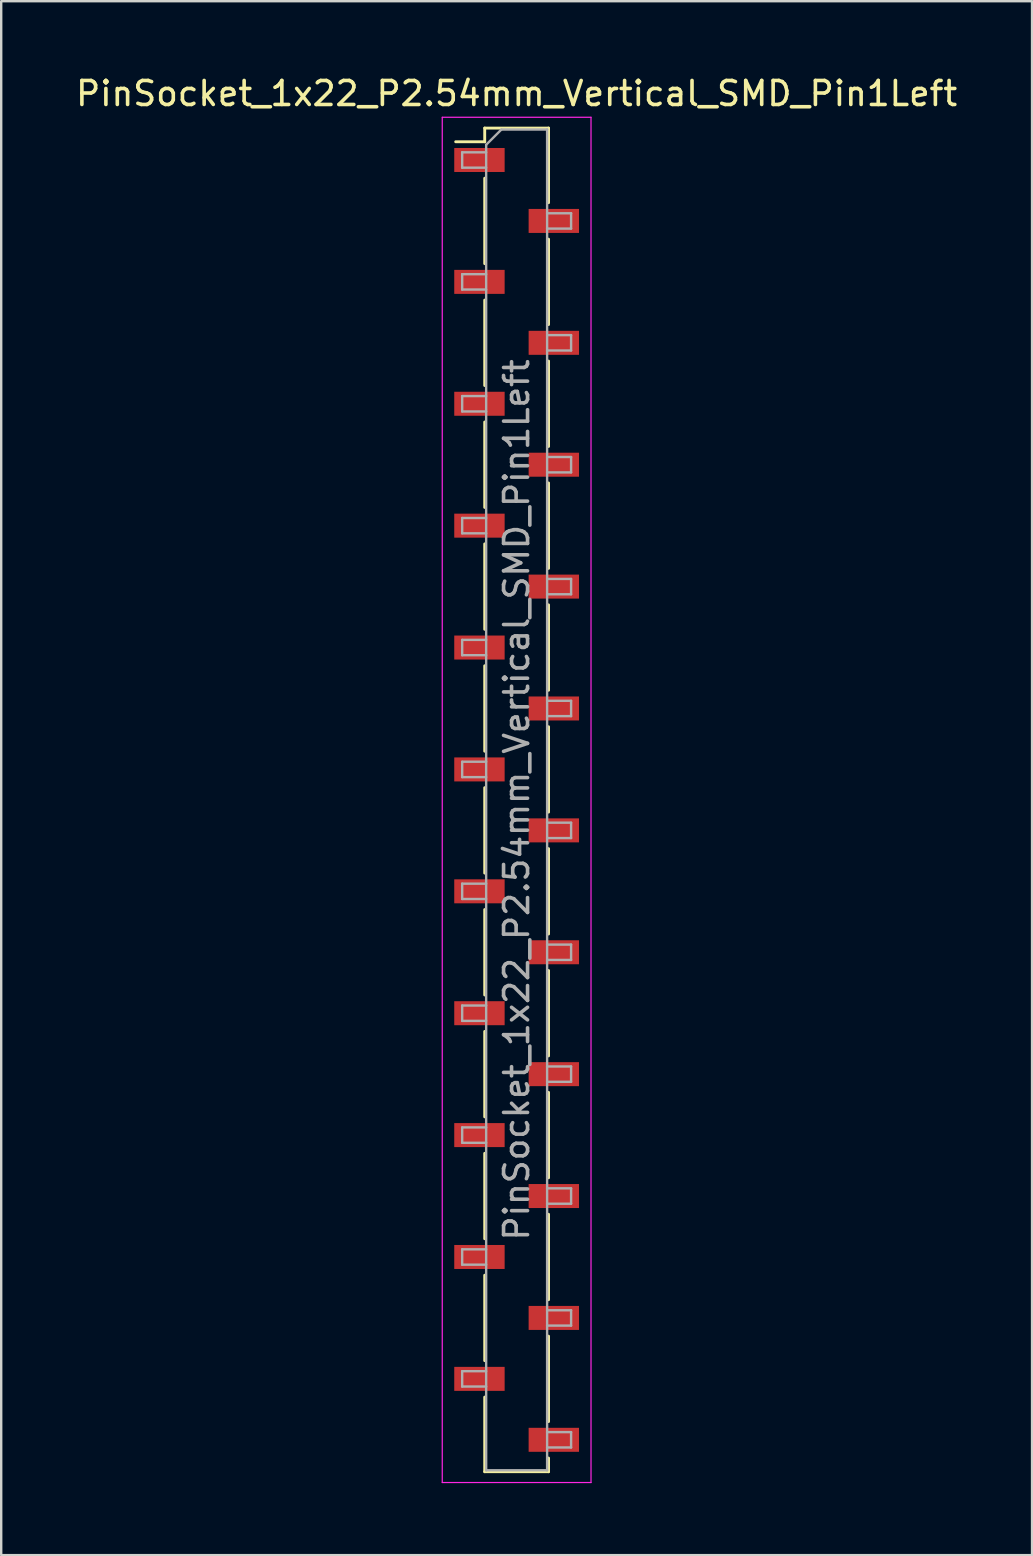
<source format=kicad_pcb>
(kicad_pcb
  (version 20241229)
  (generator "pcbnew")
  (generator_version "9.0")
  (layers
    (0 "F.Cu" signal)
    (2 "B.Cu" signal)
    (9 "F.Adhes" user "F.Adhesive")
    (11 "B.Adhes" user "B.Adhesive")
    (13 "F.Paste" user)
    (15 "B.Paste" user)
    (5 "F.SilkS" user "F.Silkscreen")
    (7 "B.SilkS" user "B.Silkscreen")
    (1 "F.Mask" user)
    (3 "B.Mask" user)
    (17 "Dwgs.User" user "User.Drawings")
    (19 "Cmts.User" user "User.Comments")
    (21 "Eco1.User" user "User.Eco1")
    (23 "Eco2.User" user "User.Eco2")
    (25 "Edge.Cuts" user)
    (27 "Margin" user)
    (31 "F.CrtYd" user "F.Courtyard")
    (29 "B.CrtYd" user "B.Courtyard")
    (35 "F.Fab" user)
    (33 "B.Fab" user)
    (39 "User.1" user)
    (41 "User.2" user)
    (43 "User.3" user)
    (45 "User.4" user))
  (footprint "PinSocket_1x22_P2.54mm_Vertical_SMD_Pin1Left"
    (layer "F.Cu")
    (at 18.482 30.288)
    (property "Reference" "PinSocket_1x22_P2.54mm_Vertical_SMD_Pin1Left" (at 0 -29.44 0) (layer "F.SilkS") (effects (font (size 1 1) (thickness 0.15))))
    (attr smd)
    (fp_line (start -2.54 -27.43) (end -1.33 -27.43) (stroke (width 0.12) (type solid)) (layer "F.SilkS"))
    (fp_line (start -1.33 -28) (end -1.33 -27.43) (stroke (width 0.12) (type solid)) (layer "F.SilkS"))
    (fp_line (start -1.33 -28) (end 1.33 -28) (stroke (width 0.12) (type solid)) (layer "F.SilkS"))
    (fp_line (start -1.33 -25.91) (end -1.33 -22.35) (stroke (width 0.12) (type solid)) (layer "F.SilkS"))
    (fp_line (start -1.33 -20.83) (end -1.33 -17.27) (stroke (width 0.12) (type solid)) (layer "F.SilkS"))
    (fp_line (start -1.33 -15.75) (end -1.33 -12.19) (stroke (width 0.12) (type solid)) (layer "F.SilkS"))
    (fp_line (start -1.33 -10.67) (end -1.33 -7.11) (stroke (width 0.12) (type solid)) (layer "F.SilkS"))
    (fp_line (start -1.33 -5.59) (end -1.33 -2.03) (stroke (width 0.12) (type solid)) (layer "F.SilkS"))
    (fp_line (start -1.33 -0.51) (end -1.33 3.05) (stroke (width 0.12) (type solid)) (layer "F.SilkS"))
    (fp_line (start -1.33 4.57) (end -1.33 8.13) (stroke (width 0.12) (type solid)) (layer "F.SilkS"))
    (fp_line (start -1.33 9.65) (end -1.33 13.21) (stroke (width 0.12) (type solid)) (layer "F.SilkS"))
    (fp_line (start -1.33 14.73) (end -1.33 18.29) (stroke (width 0.12) (type solid)) (layer "F.SilkS"))
    (fp_line (start -1.33 19.81) (end -1.33 23.37) (stroke (width 0.12) (type solid)) (layer "F.SilkS"))
    (fp_line (start -1.33 24.89) (end -1.33 28) (stroke (width 0.12) (type solid)) (layer "F.SilkS"))
    (fp_line (start -1.33 28) (end 1.33 28) (stroke (width 0.12) (type solid)) (layer "F.SilkS"))
    (fp_line (start 1.33 -28) (end 1.33 -24.89) (stroke (width 0.12) (type solid)) (layer "F.SilkS"))
    (fp_line (start 1.33 -23.37) (end 1.33 -19.81) (stroke (width 0.12) (type solid)) (layer "F.SilkS"))
    (fp_line (start 1.33 -18.29) (end 1.33 -14.73) (stroke (width 0.12) (type solid)) (layer "F.SilkS"))
    (fp_line (start 1.33 -13.21) (end 1.33 -9.65) (stroke (width 0.12) (type solid)) (layer "F.SilkS"))
    (fp_line (start 1.33 -8.13) (end 1.33 -4.57) (stroke (width 0.12) (type solid)) (layer "F.SilkS"))
    (fp_line (start 1.33 -3.05) (end 1.33 0.51) (stroke (width 0.12) (type solid)) (layer "F.SilkS"))
    (fp_line (start 1.33 2.03) (end 1.33 5.59) (stroke (width 0.12) (type solid)) (layer "F.SilkS"))
    (fp_line (start 1.33 7.11) (end 1.33 10.67) (stroke (width 0.12) (type solid)) (layer "F.SilkS"))
    (fp_line (start 1.33 12.19) (end 1.33 15.75) (stroke (width 0.12) (type solid)) (layer "F.SilkS"))
    (fp_line (start 1.33 17.27) (end 1.33 20.83) (stroke (width 0.12) (type solid)) (layer "F.SilkS"))
    (fp_line (start 1.33 22.35) (end 1.33 25.91) (stroke (width 0.12) (type solid)) (layer "F.SilkS"))
    (fp_line (start 1.33 27.43) (end 1.33 28) (stroke (width 0.12) (type solid)) (layer "F.SilkS"))
    (fp_line (start -3.1 -28.45) (end 3.1 -28.45) (stroke (width 0.05) (type solid)) (layer "F.CrtYd"))
    (fp_line (start -3.1 28.45) (end -3.1 -28.45) (stroke (width 0.05) (type solid)) (layer "F.CrtYd"))
    (fp_line (start 3.1 -28.45) (end 3.1 28.45) (stroke (width 0.05) (type solid)) (layer "F.CrtYd"))
    (fp_line (start 3.1 28.45) (end -3.1 28.45) (stroke (width 0.05) (type solid)) (layer "F.CrtYd"))
    (fp_line (start -2.27 -26.99) (end -1.27 -26.99) (stroke (width 0.1) (type solid)) (layer "F.Fab"))
    (fp_line (start -2.27 -26.35) (end -2.27 -26.99) (stroke (width 0.1) (type solid)) (layer "F.Fab"))
    (fp_line (start -2.27 -21.91) (end -1.27 -21.91) (stroke (width 0.1) (type solid)) (layer "F.Fab"))
    (fp_line (start -2.27 -21.27) (end -2.27 -21.91) (stroke (width 0.1) (type solid)) (layer "F.Fab"))
    (fp_line (start -2.27 -16.83) (end -1.27 -16.83) (stroke (width 0.1) (type solid)) (layer "F.Fab"))
    (fp_line (start -2.27 -16.19) (end -2.27 -16.83) (stroke (width 0.1) (type solid)) (layer "F.Fab"))
    (fp_line (start -2.27 -11.75) (end -1.27 -11.75) (stroke (width 0.1) (type solid)) (layer "F.Fab"))
    (fp_line (start -2.27 -11.11) (end -2.27 -11.75) (stroke (width 0.1) (type solid)) (layer "F.Fab"))
    (fp_line (start -2.27 -6.67) (end -1.27 -6.67) (stroke (width 0.1) (type solid)) (layer "F.Fab"))
    (fp_line (start -2.27 -6.03) (end -2.27 -6.67) (stroke (width 0.1) (type solid)) (layer "F.Fab"))
    (fp_line (start -2.27 -1.59) (end -1.27 -1.59) (stroke (width 0.1) (type solid)) (layer "F.Fab"))
    (fp_line (start -2.27 -0.95) (end -2.27 -1.59) (stroke (width 0.1) (type solid)) (layer "F.Fab"))
    (fp_line (start -2.27 3.49) (end -1.27 3.49) (stroke (width 0.1) (type solid)) (layer "F.Fab"))
    (fp_line (start -2.27 4.13) (end -2.27 3.49) (stroke (width 0.1) (type solid)) (layer "F.Fab"))
    (fp_line (start -2.27 8.57) (end -1.27 8.57) (stroke (width 0.1) (type solid)) (layer "F.Fab"))
    (fp_line (start -2.27 9.21) (end -2.27 8.57) (stroke (width 0.1) (type solid)) (layer "F.Fab"))
    (fp_line (start -2.27 13.65) (end -1.27 13.65) (stroke (width 0.1) (type solid)) (layer "F.Fab"))
    (fp_line (start -2.27 14.29) (end -2.27 13.65) (stroke (width 0.1) (type solid)) (layer "F.Fab"))
    (fp_line (start -2.27 18.73) (end -1.27 18.73) (stroke (width 0.1) (type solid)) (layer "F.Fab"))
    (fp_line (start -2.27 19.37) (end -2.27 18.73) (stroke (width 0.1) (type solid)) (layer "F.Fab"))
    (fp_line (start -2.27 23.81) (end -1.27 23.81) (stroke (width 0.1) (type solid)) (layer "F.Fab"))
    (fp_line (start -2.27 24.45) (end -2.27 23.81) (stroke (width 0.1) (type solid)) (layer "F.Fab"))
    (fp_line (start -1.27 -27.305) (end -0.635 -27.94) (stroke (width 0.1) (type solid)) (layer "F.Fab"))
    (fp_line (start -1.27 -26.35) (end -2.27 -26.35) (stroke (width 0.1) (type solid)) (layer "F.Fab"))
    (fp_line (start -1.27 -21.27) (end -2.27 -21.27) (stroke (width 0.1) (type solid)) (layer "F.Fab"))
    (fp_line (start -1.27 -16.19) (end -2.27 -16.19) (stroke (width 0.1) (type solid)) (layer "F.Fab"))
    (fp_line (start -1.27 -11.11) (end -2.27 -11.11) (stroke (width 0.1) (type solid)) (layer "F.Fab"))
    (fp_line (start -1.27 -6.03) (end -2.27 -6.03) (stroke (width 0.1) (type solid)) (layer "F.Fab"))
    (fp_line (start -1.27 -0.95) (end -2.27 -0.95) (stroke (width 0.1) (type solid)) (layer "F.Fab"))
    (fp_line (start -1.27 4.13) (end -2.27 4.13) (stroke (width 0.1) (type solid)) (layer "F.Fab"))
    (fp_line (start -1.27 9.21) (end -2.27 9.21) (stroke (width 0.1) (type solid)) (layer "F.Fab"))
    (fp_line (start -1.27 14.29) (end -2.27 14.29) (stroke (width 0.1) (type solid)) (layer "F.Fab"))
    (fp_line (start -1.27 19.37) (end -2.27 19.37) (stroke (width 0.1) (type solid)) (layer "F.Fab"))
    (fp_line (start -1.27 24.45) (end -2.27 24.45) (stroke (width 0.1) (type solid)) (layer "F.Fab"))
    (fp_line (start -1.27 27.94) (end -1.27 -27.305) (stroke (width 0.1) (type solid)) (layer "F.Fab"))
    (fp_line (start -0.635 -27.94) (end 1.27 -27.94) (stroke (width 0.1) (type solid)) (layer "F.Fab"))
    (fp_line (start 1.27 -27.94) (end 1.27 27.94) (stroke (width 0.1) (type solid)) (layer "F.Fab"))
    (fp_line (start 1.27 -24.45) (end 2.27 -24.45) (stroke (width 0.1) (type solid)) (layer "F.Fab"))
    (fp_line (start 1.27 -19.37) (end 2.27 -19.37) (stroke (width 0.1) (type solid)) (layer "F.Fab"))
    (fp_line (start 1.27 -14.29) (end 2.27 -14.29) (stroke (width 0.1) (type solid)) (layer "F.Fab"))
    (fp_line (start 1.27 -9.21) (end 2.27 -9.21) (stroke (width 0.1) (type solid)) (layer "F.Fab"))
    (fp_line (start 1.27 -4.13) (end 2.27 -4.13) (stroke (width 0.1) (type solid)) (layer "F.Fab"))
    (fp_line (start 1.27 0.95) (end 2.27 0.95) (stroke (width 0.1) (type solid)) (layer "F.Fab"))
    (fp_line (start 1.27 6.03) (end 2.27 6.03) (stroke (width 0.1) (type solid)) (layer "F.Fab"))
    (fp_line (start 1.27 11.11) (end 2.27 11.11) (stroke (width 0.1) (type solid)) (layer "F.Fab"))
    (fp_line (start 1.27 16.19) (end 2.27 16.19) (stroke (width 0.1) (type solid)) (layer "F.Fab"))
    (fp_line (start 1.27 21.27) (end 2.27 21.27) (stroke (width 0.1) (type solid)) (layer "F.Fab"))
    (fp_line (start 1.27 26.35) (end 2.27 26.35) (stroke (width 0.1) (type solid)) (layer "F.Fab"))
    (fp_line (start 1.27 27.94) (end -1.27 27.94) (stroke (width 0.1) (type solid)) (layer "F.Fab"))
    (fp_line (start 2.27 -24.45) (end 2.27 -23.81) (stroke (width 0.1) (type solid)) (layer "F.Fab"))
    (fp_line (start 2.27 -23.81) (end 1.27 -23.81) (stroke (width 0.1) (type solid)) (layer "F.Fab"))
    (fp_line (start 2.27 -19.37) (end 2.27 -18.73) (stroke (width 0.1) (type solid)) (layer "F.Fab"))
    (fp_line (start 2.27 -18.73) (end 1.27 -18.73) (stroke (width 0.1) (type solid)) (layer "F.Fab"))
    (fp_line (start 2.27 -14.29) (end 2.27 -13.65) (stroke (width 0.1) (type solid)) (layer "F.Fab"))
    (fp_line (start 2.27 -13.65) (end 1.27 -13.65) (stroke (width 0.1) (type solid)) (layer "F.Fab"))
    (fp_line (start 2.27 -9.21) (end 2.27 -8.57) (stroke (width 0.1) (type solid)) (layer "F.Fab"))
    (fp_line (start 2.27 -8.57) (end 1.27 -8.57) (stroke (width 0.1) (type solid)) (layer "F.Fab"))
    (fp_line (start 2.27 -4.13) (end 2.27 -3.49) (stroke (width 0.1) (type solid)) (layer "F.Fab"))
    (fp_line (start 2.27 -3.49) (end 1.27 -3.49) (stroke (width 0.1) (type solid)) (layer "F.Fab"))
    (fp_line (start 2.27 0.95) (end 2.27 1.59) (stroke (width 0.1) (type solid)) (layer "F.Fab"))
    (fp_line (start 2.27 1.59) (end 1.27 1.59) (stroke (width 0.1) (type solid)) (layer "F.Fab"))
    (fp_line (start 2.27 6.03) (end 2.27 6.67) (stroke (width 0.1) (type solid)) (layer "F.Fab"))
    (fp_line (start 2.27 6.67) (end 1.27 6.67) (stroke (width 0.1) (type solid)) (layer "F.Fab"))
    (fp_line (start 2.27 11.11) (end 2.27 11.75) (stroke (width 0.1) (type solid)) (layer "F.Fab"))
    (fp_line (start 2.27 11.75) (end 1.27 11.75) (stroke (width 0.1) (type solid)) (layer "F.Fab"))
    (fp_line (start 2.27 16.19) (end 2.27 16.83) (stroke (width 0.1) (type solid)) (layer "F.Fab"))
    (fp_line (start 2.27 16.83) (end 1.27 16.83) (stroke (width 0.1) (type solid)) (layer "F.Fab"))
    (fp_line (start 2.27 21.27) (end 2.27 21.91) (stroke (width 0.1) (type solid)) (layer "F.Fab"))
    (fp_line (start 2.27 21.91) (end 1.27 21.91) (stroke (width 0.1) (type solid)) (layer "F.Fab"))
    (fp_line (start 2.27 26.35) (end 2.27 26.99) (stroke (width 0.1) (type solid)) (layer "F.Fab"))
    (fp_line (start 2.27 26.99) (end 1.27 26.99) (stroke (width 0.1) (type solid)) (layer "F.Fab"))
    (fp_text user "${REFERENCE}" (at 0 0 90) (layer "F.Fab") (effects (font (size 1 1) (thickness 0.15))))
    (pad "1" smd rect (at -1.55 -26.67) (size 2.1 1) (layers "F.Cu" "F.Mask" "F.Paste"))
    (pad "2" smd rect (at 1.55 -24.13) (size 2.1 1) (layers "F.Cu" "F.Mask" "F.Paste"))
    (pad "3" smd rect (at -1.55 -21.59) (size 2.1 1) (layers "F.Cu" "F.Mask" "F.Paste"))
    (pad "4" smd rect (at 1.55 -19.05) (size 2.1 1) (layers "F.Cu" "F.Mask" "F.Paste"))
    (pad "5" smd rect (at -1.55 -16.51) (size 2.1 1) (layers "F.Cu" "F.Mask" "F.Paste"))
    (pad "6" smd rect (at 1.55 -13.97) (size 2.1 1) (layers "F.Cu" "F.Mask" "F.Paste"))
    (pad "7" smd rect (at -1.55 -11.43) (size 2.1 1) (layers "F.Cu" "F.Mask" "F.Paste"))
    (pad "8" smd rect (at 1.55 -8.89) (size 2.1 1) (layers "F.Cu" "F.Mask" "F.Paste"))
    (pad "9" smd rect (at -1.55 -6.35) (size 2.1 1) (layers "F.Cu" "F.Mask" "F.Paste"))
    (pad "10" smd rect (at 1.55 -3.81) (size 2.1 1) (layers "F.Cu" "F.Mask" "F.Paste"))
    (pad "11" smd rect (at -1.55 -1.27) (size 2.1 1) (layers "F.Cu" "F.Mask" "F.Paste"))
    (pad "12" smd rect (at 1.55 1.27) (size 2.1 1) (layers "F.Cu" "F.Mask" "F.Paste"))
    (pad "13" smd rect (at -1.55 3.81) (size 2.1 1) (layers "F.Cu" "F.Mask" "F.Paste"))
    (pad "14" smd rect (at 1.55 6.35) (size 2.1 1) (layers "F.Cu" "F.Mask" "F.Paste"))
    (pad "15" smd rect (at -1.55 8.89) (size 2.1 1) (layers "F.Cu" "F.Mask" "F.Paste"))
    (pad "16" smd rect (at 1.55 11.43) (size 2.1 1) (layers "F.Cu" "F.Mask" "F.Paste"))
    (pad "17" smd rect (at -1.55 13.97) (size 2.1 1) (layers "F.Cu" "F.Mask" "F.Paste"))
    (pad "18" smd rect (at 1.55 16.51) (size 2.1 1) (layers "F.Cu" "F.Mask" "F.Paste"))
    (pad "19" smd rect (at -1.55 19.05) (size 2.1 1) (layers "F.Cu" "F.Mask" "F.Paste"))
    (pad "20" smd rect (at 1.55 21.59) (size 2.1 1) (layers "F.Cu" "F.Mask" "F.Paste"))
    (pad "21" smd rect (at -1.55 24.13) (size 2.1 1) (layers "F.Cu" "F.Mask" "F.Paste"))
    (pad "22" smd rect (at 1.55 26.67) (size 2.1 1) (layers "F.Cu" "F.Mask" "F.Paste")))
  (gr_rect
    (start -3 -3)
    (end 39.964 61.763)
    (stroke (width 0.1) (type default))
    (fill no)
    (layer "Edge.Cuts")))
</source>
